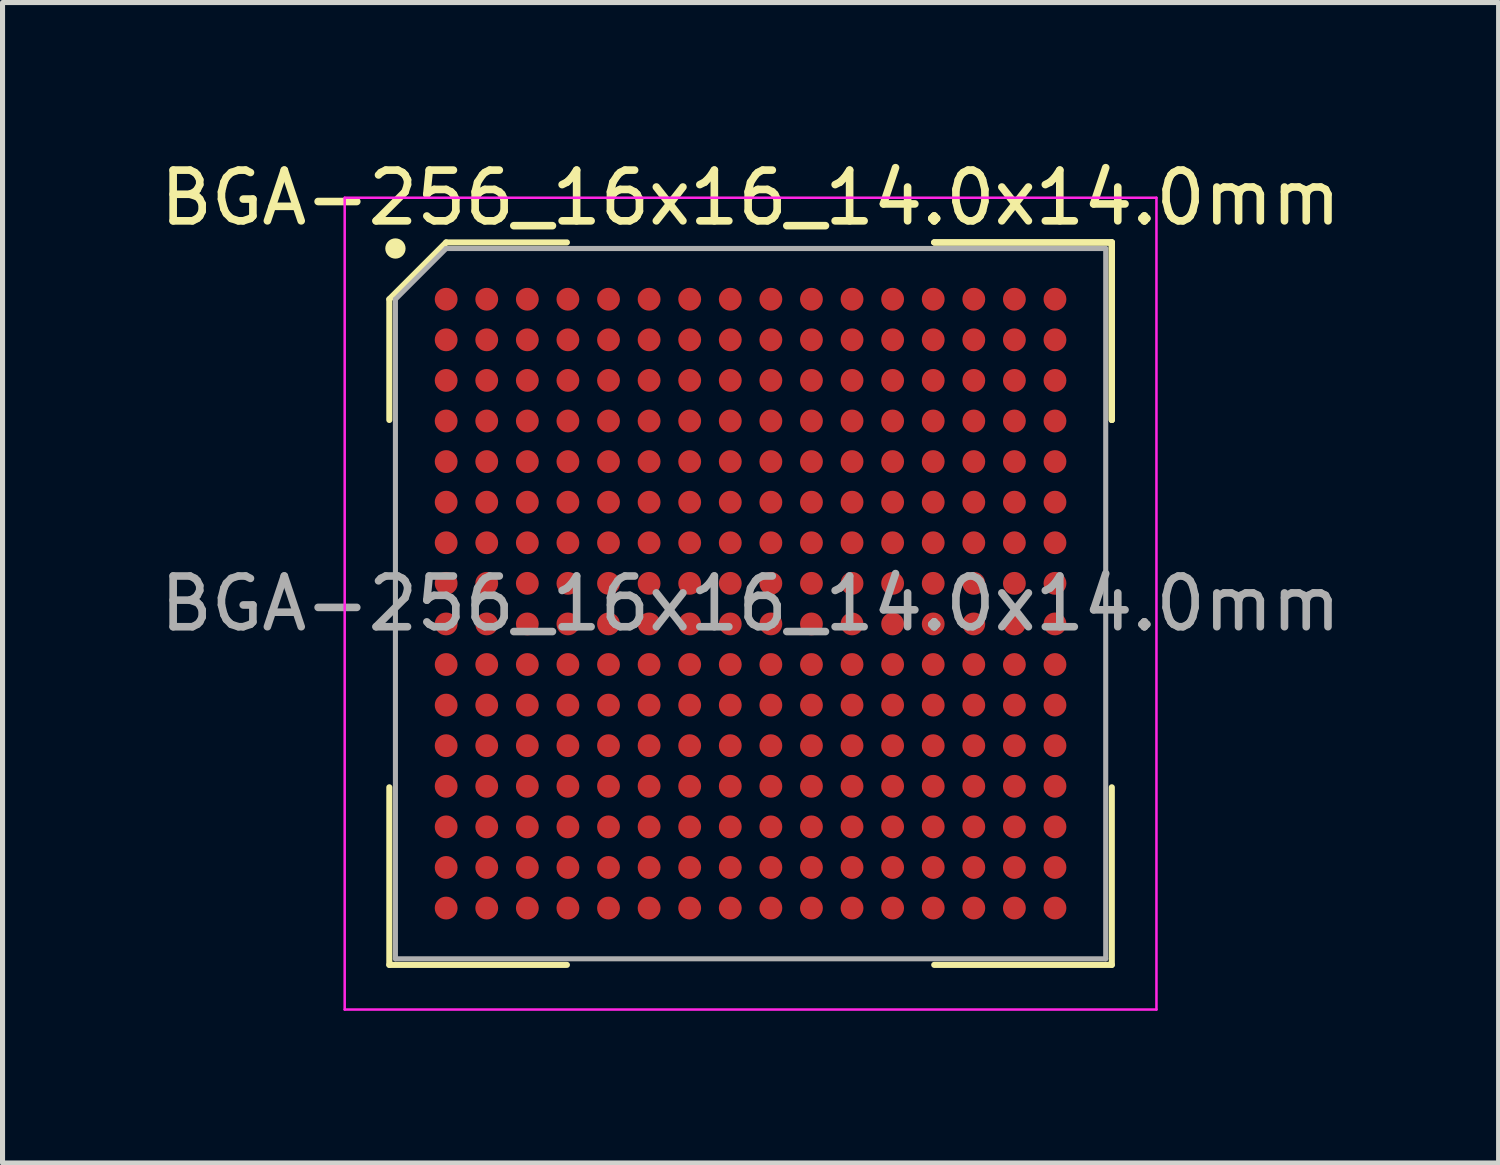
<source format=kicad_pcb>
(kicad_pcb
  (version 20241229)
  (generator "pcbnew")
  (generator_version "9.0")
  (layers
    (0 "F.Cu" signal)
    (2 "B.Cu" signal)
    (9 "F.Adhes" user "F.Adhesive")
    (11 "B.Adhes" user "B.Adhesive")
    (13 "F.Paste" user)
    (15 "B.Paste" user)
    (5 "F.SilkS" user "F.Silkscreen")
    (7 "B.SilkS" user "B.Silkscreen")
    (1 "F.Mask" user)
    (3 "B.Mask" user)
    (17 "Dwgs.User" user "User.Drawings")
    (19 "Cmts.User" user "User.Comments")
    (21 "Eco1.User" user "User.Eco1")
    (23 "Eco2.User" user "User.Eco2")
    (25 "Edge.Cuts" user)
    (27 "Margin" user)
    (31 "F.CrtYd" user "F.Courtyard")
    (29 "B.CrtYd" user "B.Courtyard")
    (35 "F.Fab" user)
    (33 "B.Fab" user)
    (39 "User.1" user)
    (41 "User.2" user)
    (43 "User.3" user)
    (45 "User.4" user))
  (footprint "BGA-256_16x16_14.0x14.0mm"
    (layer "F.Cu")
    (at 11.744 8.848)
    (property "Reference" "BGA-256_16x16_14.0x14.0mm" (at 0 -8 0) (layer "F.SilkS") (effects (font (size 1 1) (thickness 0.15))))
    (attr smd)
    (fp_line (start -7.12 -6) (end -7.12 -3.62) (stroke (width 0.12) (type solid)) (layer "F.SilkS"))
    (fp_line (start -7.12 7.12) (end -7.12 3.62) (stroke (width 0.12) (type solid)) (layer "F.SilkS"))
    (fp_line (start -6 -7.12) (end -7.12 -6) (stroke (width 0.12) (type solid)) (layer "F.SilkS"))
    (fp_line (start -3.62 -7.12) (end -6 -7.12) (stroke (width 0.12) (type solid)) (layer "F.SilkS"))
    (fp_line (start -3.62 7.12) (end -7.12 7.12) (stroke (width 0.12) (type solid)) (layer "F.SilkS"))
    (fp_line (start 3.62 -7.12) (end 7.12 -7.12) (stroke (width 0.12) (type solid)) (layer "F.SilkS"))
    (fp_line (start 3.62 -7.12) (end 7.12 -7.12) (stroke (width 0.12) (type solid)) (layer "F.SilkS"))
    (fp_line (start 3.62 -7.12) (end 7.12 -7.12) (stroke (width 0.12) (type solid)) (layer "F.SilkS"))
    (fp_line (start 3.62 7.12) (end 7.12 7.12) (stroke (width 0.12) (type solid)) (layer "F.SilkS"))
    (fp_line (start 7.12 -7.12) (end 7.12 -3.62) (stroke (width 0.12) (type solid)) (layer "F.SilkS"))
    (fp_line (start 7.12 -7.12) (end 7.12 -3.62) (stroke (width 0.12) (type solid)) (layer "F.SilkS"))
    (fp_line (start 7.12 -7.12) (end 7.12 -3.62) (stroke (width 0.12) (type solid)) (layer "F.SilkS"))
    (fp_line (start 7.12 7.12) (end 7.12 3.62) (stroke (width 0.12) (type solid)) (layer "F.SilkS"))
    (fp_circle (center -7 -7) (end -7 -6.9) (stroke (width 0.2) (type solid)) (fill no) (layer "F.SilkS"))
    (fp_line (start -8 -8) (end 8 -8) (stroke (width 0.05) (type solid)) (layer "F.CrtYd"))
    (fp_line (start -8 8) (end -8 -8) (stroke (width 0.05) (type solid)) (layer "F.CrtYd"))
    (fp_line (start 8 -8) (end 8 8) (stroke (width 0.05) (type solid)) (layer "F.CrtYd"))
    (fp_line (start 8 8) (end -8 8) (stroke (width 0.05) (type solid)) (layer "F.CrtYd"))
    (fp_line (start -7 -6) (end -7 7) (stroke (width 0.1) (type solid)) (layer "F.Fab"))
    (fp_line (start -7 7) (end 7 7) (stroke (width 0.1) (type solid)) (layer "F.Fab"))
    (fp_line (start -6 -7) (end -7 -6) (stroke (width 0.1) (type solid)) (layer "F.Fab"))
    (fp_line (start 7 -7) (end -6 -7) (stroke (width 0.1) (type solid)) (layer "F.Fab"))
    (fp_line (start 7 7) (end 7 -7) (stroke (width 0.1) (type solid)) (layer "F.Fab"))
    (fp_text user "${REFERENCE}" (at 0 0 0) (layer "F.Fab") (effects (font (size 1 1) (thickness 0.15))))
    (pad "A1" smd circle (at -6 -6) (size 0.45 0.45) (layers "F.Cu" "F.Mask" "F.Paste"))
    (pad "A2" smd circle (at -5.2 -6) (size 0.45 0.45) (layers "F.Cu" "F.Mask" "F.Paste"))
    (pad "A3" smd circle (at -4.4 -6) (size 0.45 0.45) (layers "F.Cu" "F.Mask" "F.Paste"))
    (pad "A4" smd circle (at -3.6 -6) (size 0.45 0.45) (layers "F.Cu" "F.Mask" "F.Paste"))
    (pad "A5" smd circle (at -2.8 -6) (size 0.45 0.45) (layers "F.Cu" "F.Mask" "F.Paste"))
    (pad "A6" smd circle (at -2 -6) (size 0.45 0.45) (layers "F.Cu" "F.Mask" "F.Paste"))
    (pad "A7" smd circle (at -1.2 -6) (size 0.45 0.45) (layers "F.Cu" "F.Mask" "F.Paste"))
    (pad "A8" smd circle (at -0.4 -6) (size 0.45 0.45) (layers "F.Cu" "F.Mask" "F.Paste"))
    (pad "A9" smd circle (at 0.4 -6) (size 0.45 0.45) (layers "F.Cu" "F.Mask" "F.Paste"))
    (pad "A10" smd circle (at 1.2 -6) (size 0.45 0.45) (layers "F.Cu" "F.Mask" "F.Paste"))
    (pad "A11" smd circle (at 2 -6) (size 0.45 0.45) (layers "F.Cu" "F.Mask" "F.Paste"))
    (pad "A12" smd circle (at 2.8 -6) (size 0.45 0.45) (layers "F.Cu" "F.Mask" "F.Paste"))
    (pad "A13" smd circle (at 3.6 -6) (size 0.45 0.45) (layers "F.Cu" "F.Mask" "F.Paste"))
    (pad "A14" smd circle (at 4.4 -6) (size 0.45 0.45) (layers "F.Cu" "F.Mask" "F.Paste"))
    (pad "A15" smd circle (at 5.2 -6) (size 0.45 0.45) (layers "F.Cu" "F.Mask" "F.Paste"))
    (pad "A16" smd circle (at 6 -6) (size 0.45 0.45) (layers "F.Cu" "F.Mask" "F.Paste"))
    (pad "B1" smd circle (at -6 -5.2) (size 0.45 0.45) (layers "F.Cu" "F.Mask" "F.Paste"))
    (pad "B2" smd circle (at -5.2 -5.2) (size 0.45 0.45) (layers "F.Cu" "F.Mask" "F.Paste"))
    (pad "B3" smd circle (at -4.4 -5.2) (size 0.45 0.45) (layers "F.Cu" "F.Mask" "F.Paste"))
    (pad "B4" smd circle (at -3.6 -5.2) (size 0.45 0.45) (layers "F.Cu" "F.Mask" "F.Paste"))
    (pad "B5" smd circle (at -2.8 -5.2) (size 0.45 0.45) (layers "F.Cu" "F.Mask" "F.Paste"))
    (pad "B6" smd circle (at -2 -5.2) (size 0.45 0.45) (layers "F.Cu" "F.Mask" "F.Paste"))
    (pad "B7" smd circle (at -1.2 -5.2) (size 0.45 0.45) (layers "F.Cu" "F.Mask" "F.Paste"))
    (pad "B8" smd circle (at -0.4 -5.2) (size 0.45 0.45) (layers "F.Cu" "F.Mask" "F.Paste"))
    (pad "B9" smd circle (at 0.4 -5.2) (size 0.45 0.45) (layers "F.Cu" "F.Mask" "F.Paste"))
    (pad "B10" smd circle (at 1.2 -5.2) (size 0.45 0.45) (layers "F.Cu" "F.Mask" "F.Paste"))
    (pad "B11" smd circle (at 2 -5.2) (size 0.45 0.45) (layers "F.Cu" "F.Mask" "F.Paste"))
    (pad "B12" smd circle (at 2.8 -5.2) (size 0.45 0.45) (layers "F.Cu" "F.Mask" "F.Paste"))
    (pad "B13" smd circle (at 3.6 -5.2) (size 0.45 0.45) (layers "F.Cu" "F.Mask" "F.Paste"))
    (pad "B14" smd circle (at 4.4 -5.2) (size 0.45 0.45) (layers "F.Cu" "F.Mask" "F.Paste"))
    (pad "B15" smd circle (at 5.2 -5.2) (size 0.45 0.45) (layers "F.Cu" "F.Mask" "F.Paste"))
    (pad "B16" smd circle (at 6 -5.2) (size 0.45 0.45) (layers "F.Cu" "F.Mask" "F.Paste"))
    (pad "C1" smd circle (at -6 -4.4) (size 0.45 0.45) (layers "F.Cu" "F.Mask" "F.Paste"))
    (pad "C2" smd circle (at -5.2 -4.4) (size 0.45 0.45) (layers "F.Cu" "F.Mask" "F.Paste"))
    (pad "C3" smd circle (at -4.4 -4.4) (size 0.45 0.45) (layers "F.Cu" "F.Mask" "F.Paste"))
    (pad "C4" smd circle (at -3.6 -4.4) (size 0.45 0.45) (layers "F.Cu" "F.Mask" "F.Paste"))
    (pad "C5" smd circle (at -2.8 -4.4) (size 0.45 0.45) (layers "F.Cu" "F.Mask" "F.Paste"))
    (pad "C6" smd circle (at -2 -4.4) (size 0.45 0.45) (layers "F.Cu" "F.Mask" "F.Paste"))
    (pad "C7" smd circle (at -1.2 -4.4) (size 0.45 0.45) (layers "F.Cu" "F.Mask" "F.Paste"))
    (pad "C8" smd circle (at -0.4 -4.4) (size 0.45 0.45) (layers "F.Cu" "F.Mask" "F.Paste"))
    (pad "C9" smd circle (at 0.4 -4.4) (size 0.45 0.45) (layers "F.Cu" "F.Mask" "F.Paste"))
    (pad "C10" smd circle (at 1.2 -4.4) (size 0.45 0.45) (layers "F.Cu" "F.Mask" "F.Paste"))
    (pad "C11" smd circle (at 2 -4.4) (size 0.45 0.45) (layers "F.Cu" "F.Mask" "F.Paste"))
    (pad "C12" smd circle (at 2.8 -4.4) (size 0.45 0.45) (layers "F.Cu" "F.Mask" "F.Paste"))
    (pad "C13" smd circle (at 3.6 -4.4) (size 0.45 0.45) (layers "F.Cu" "F.Mask" "F.Paste"))
    (pad "C14" smd circle (at 4.4 -4.4) (size 0.45 0.45) (layers "F.Cu" "F.Mask" "F.Paste"))
    (pad "C15" smd circle (at 5.2 -4.4) (size 0.45 0.45) (layers "F.Cu" "F.Mask" "F.Paste"))
    (pad "C16" smd circle (at 6 -4.4) (size 0.45 0.45) (layers "F.Cu" "F.Mask" "F.Paste"))
    (pad "D1" smd circle (at -6 -3.6) (size 0.45 0.45) (layers "F.Cu" "F.Mask" "F.Paste"))
    (pad "D2" smd circle (at -5.2 -3.6) (size 0.45 0.45) (layers "F.Cu" "F.Mask" "F.Paste"))
    (pad "D3" smd circle (at -4.4 -3.6) (size 0.45 0.45) (layers "F.Cu" "F.Mask" "F.Paste"))
    (pad "D4" smd circle (at -3.6 -3.6) (size 0.45 0.45) (layers "F.Cu" "F.Mask" "F.Paste"))
    (pad "D5" smd circle (at -2.8 -3.6) (size 0.45 0.45) (layers "F.Cu" "F.Mask" "F.Paste"))
    (pad "D6" smd circle (at -2 -3.6) (size 0.45 0.45) (layers "F.Cu" "F.Mask" "F.Paste"))
    (pad "D7" smd circle (at -1.2 -3.6) (size 0.45 0.45) (layers "F.Cu" "F.Mask" "F.Paste"))
    (pad "D8" smd circle (at -0.4 -3.6) (size 0.45 0.45) (layers "F.Cu" "F.Mask" "F.Paste"))
    (pad "D9" smd circle (at 0.4 -3.6) (size 0.45 0.45) (layers "F.Cu" "F.Mask" "F.Paste"))
    (pad "D10" smd circle (at 1.2 -3.6) (size 0.45 0.45) (layers "F.Cu" "F.Mask" "F.Paste"))
    (pad "D11" smd circle (at 2 -3.6) (size 0.45 0.45) (layers "F.Cu" "F.Mask" "F.Paste"))
    (pad "D12" smd circle (at 2.8 -3.6) (size 0.45 0.45) (layers "F.Cu" "F.Mask" "F.Paste"))
    (pad "D13" smd circle (at 3.6 -3.6) (size 0.45 0.45) (layers "F.Cu" "F.Mask" "F.Paste"))
    (pad "D14" smd circle (at 4.4 -3.6) (size 0.45 0.45) (layers "F.Cu" "F.Mask" "F.Paste"))
    (pad "D15" smd circle (at 5.2 -3.6) (size 0.45 0.45) (layers "F.Cu" "F.Mask" "F.Paste"))
    (pad "D16" smd circle (at 6 -3.6) (size 0.45 0.45) (layers "F.Cu" "F.Mask" "F.Paste"))
    (pad "E1" smd circle (at -6 -2.8) (size 0.45 0.45) (layers "F.Cu" "F.Mask" "F.Paste"))
    (pad "E2" smd circle (at -5.2 -2.8) (size 0.45 0.45) (layers "F.Cu" "F.Mask" "F.Paste"))
    (pad "E3" smd circle (at -4.4 -2.8) (size 0.45 0.45) (layers "F.Cu" "F.Mask" "F.Paste"))
    (pad "E4" smd circle (at -3.6 -2.8) (size 0.45 0.45) (layers "F.Cu" "F.Mask" "F.Paste"))
    (pad "E5" smd circle (at -2.8 -2.8) (size 0.45 0.45) (layers "F.Cu" "F.Mask" "F.Paste"))
    (pad "E6" smd circle (at -2 -2.8) (size 0.45 0.45) (layers "F.Cu" "F.Mask" "F.Paste"))
    (pad "E7" smd circle (at -1.2 -2.8) (size 0.45 0.45) (layers "F.Cu" "F.Mask" "F.Paste"))
    (pad "E8" smd circle (at -0.4 -2.8) (size 0.45 0.45) (layers "F.Cu" "F.Mask" "F.Paste"))
    (pad "E9" smd circle (at 0.4 -2.8) (size 0.45 0.45) (layers "F.Cu" "F.Mask" "F.Paste"))
    (pad "E10" smd circle (at 1.2 -2.8) (size 0.45 0.45) (layers "F.Cu" "F.Mask" "F.Paste"))
    (pad "E11" smd circle (at 2 -2.8) (size 0.45 0.45) (layers "F.Cu" "F.Mask" "F.Paste"))
    (pad "E12" smd circle (at 2.8 -2.8) (size 0.45 0.45) (layers "F.Cu" "F.Mask" "F.Paste"))
    (pad "E13" smd circle (at 3.6 -2.8) (size 0.45 0.45) (layers "F.Cu" "F.Mask" "F.Paste"))
    (pad "E14" smd circle (at 4.4 -2.8) (size 0.45 0.45) (layers "F.Cu" "F.Mask" "F.Paste"))
    (pad "E15" smd circle (at 5.2 -2.8) (size 0.45 0.45) (layers "F.Cu" "F.Mask" "F.Paste"))
    (pad "E16" smd circle (at 6 -2.8) (size 0.45 0.45) (layers "F.Cu" "F.Mask" "F.Paste"))
    (pad "F1" smd circle (at -6 -2) (size 0.45 0.45) (layers "F.Cu" "F.Mask" "F.Paste"))
    (pad "F2" smd circle (at -5.2 -2) (size 0.45 0.45) (layers "F.Cu" "F.Mask" "F.Paste"))
    (pad "F3" smd circle (at -4.4 -2) (size 0.45 0.45) (layers "F.Cu" "F.Mask" "F.Paste"))
    (pad "F4" smd circle (at -3.6 -2) (size 0.45 0.45) (layers "F.Cu" "F.Mask" "F.Paste"))
    (pad "F5" smd circle (at -2.8 -2) (size 0.45 0.45) (layers "F.Cu" "F.Mask" "F.Paste"))
    (pad "F6" smd circle (at -2 -2) (size 0.45 0.45) (layers "F.Cu" "F.Mask" "F.Paste"))
    (pad "F7" smd circle (at -1.2 -2) (size 0.45 0.45) (layers "F.Cu" "F.Mask" "F.Paste"))
    (pad "F8" smd circle (at -0.4 -2) (size 0.45 0.45) (layers "F.Cu" "F.Mask" "F.Paste"))
    (pad "F9" smd circle (at 0.4 -2) (size 0.45 0.45) (layers "F.Cu" "F.Mask" "F.Paste"))
    (pad "F10" smd circle (at 1.2 -2) (size 0.45 0.45) (layers "F.Cu" "F.Mask" "F.Paste"))
    (pad "F11" smd circle (at 2 -2) (size 0.45 0.45) (layers "F.Cu" "F.Mask" "F.Paste"))
    (pad "F12" smd circle (at 2.8 -2) (size 0.45 0.45) (layers "F.Cu" "F.Mask" "F.Paste"))
    (pad "F13" smd circle (at 3.6 -2) (size 0.45 0.45) (layers "F.Cu" "F.Mask" "F.Paste"))
    (pad "F14" smd circle (at 4.4 -2) (size 0.45 0.45) (layers "F.Cu" "F.Mask" "F.Paste"))
    (pad "F15" smd circle (at 5.2 -2) (size 0.45 0.45) (layers "F.Cu" "F.Mask" "F.Paste"))
    (pad "F16" smd circle (at 6 -2) (size 0.45 0.45) (layers "F.Cu" "F.Mask" "F.Paste"))
    (pad "G1" smd circle (at -6 -1.2) (size 0.45 0.45) (layers "F.Cu" "F.Mask" "F.Paste"))
    (pad "G2" smd circle (at -5.2 -1.2) (size 0.45 0.45) (layers "F.Cu" "F.Mask" "F.Paste"))
    (pad "G3" smd circle (at -4.4 -1.2) (size 0.45 0.45) (layers "F.Cu" "F.Mask" "F.Paste"))
    (pad "G4" smd circle (at -3.6 -1.2) (size 0.45 0.45) (layers "F.Cu" "F.Mask" "F.Paste"))
    (pad "G5" smd circle (at -2.8 -1.2) (size 0.45 0.45) (layers "F.Cu" "F.Mask" "F.Paste"))
    (pad "G6" smd circle (at -2 -1.2) (size 0.45 0.45) (layers "F.Cu" "F.Mask" "F.Paste"))
    (pad "G7" smd circle (at -1.2 -1.2) (size 0.45 0.45) (layers "F.Cu" "F.Mask" "F.Paste"))
    (pad "G8" smd circle (at -0.4 -1.2) (size 0.45 0.45) (layers "F.Cu" "F.Mask" "F.Paste"))
    (pad "G9" smd circle (at 0.4 -1.2) (size 0.45 0.45) (layers "F.Cu" "F.Mask" "F.Paste"))
    (pad "G10" smd circle (at 1.2 -1.2) (size 0.45 0.45) (layers "F.Cu" "F.Mask" "F.Paste"))
    (pad "G11" smd circle (at 2 -1.2) (size 0.45 0.45) (layers "F.Cu" "F.Mask" "F.Paste"))
    (pad "G12" smd circle (at 2.8 -1.2) (size 0.45 0.45) (layers "F.Cu" "F.Mask" "F.Paste"))
    (pad "G13" smd circle (at 3.6 -1.2) (size 0.45 0.45) (layers "F.Cu" "F.Mask" "F.Paste"))
    (pad "G14" smd circle (at 4.4 -1.2) (size 0.45 0.45) (layers "F.Cu" "F.Mask" "F.Paste"))
    (pad "G15" smd circle (at 5.2 -1.2) (size 0.45 0.45) (layers "F.Cu" "F.Mask" "F.Paste"))
    (pad "G16" smd circle (at 6 -1.2) (size 0.45 0.45) (layers "F.Cu" "F.Mask" "F.Paste"))
    (pad "H1" smd circle (at -6 -0.4) (size 0.45 0.45) (layers "F.Cu" "F.Mask" "F.Paste"))
    (pad "H2" smd circle (at -5.2 -0.4) (size 0.45 0.45) (layers "F.Cu" "F.Mask" "F.Paste"))
    (pad "H3" smd circle (at -4.4 -0.4) (size 0.45 0.45) (layers "F.Cu" "F.Mask" "F.Paste"))
    (pad "H4" smd circle (at -3.6 -0.4) (size 0.45 0.45) (layers "F.Cu" "F.Mask" "F.Paste"))
    (pad "H5" smd circle (at -2.8 -0.4) (size 0.45 0.45) (layers "F.Cu" "F.Mask" "F.Paste"))
    (pad "H6" smd circle (at -2 -0.4) (size 0.45 0.45) (layers "F.Cu" "F.Mask" "F.Paste"))
    (pad "H7" smd circle (at -1.2 -0.4) (size 0.45 0.45) (layers "F.Cu" "F.Mask" "F.Paste"))
    (pad "H8" smd circle (at -0.4 -0.4) (size 0.45 0.45) (layers "F.Cu" "F.Mask" "F.Paste"))
    (pad "H9" smd circle (at 0.4 -0.4) (size 0.45 0.45) (layers "F.Cu" "F.Mask" "F.Paste"))
    (pad "H10" smd circle (at 1.2 -0.4) (size 0.45 0.45) (layers "F.Cu" "F.Mask" "F.Paste"))
    (pad "H11" smd circle (at 2 -0.4) (size 0.45 0.45) (layers "F.Cu" "F.Mask" "F.Paste"))
    (pad "H12" smd circle (at 2.8 -0.4) (size 0.45 0.45) (layers "F.Cu" "F.Mask" "F.Paste"))
    (pad "H13" smd circle (at 3.6 -0.4) (size 0.45 0.45) (layers "F.Cu" "F.Mask" "F.Paste"))
    (pad "H14" smd circle (at 4.4 -0.4) (size 0.45 0.45) (layers "F.Cu" "F.Mask" "F.Paste"))
    (pad "H15" smd circle (at 5.2 -0.4) (size 0.45 0.45) (layers "F.Cu" "F.Mask" "F.Paste"))
    (pad "H16" smd circle (at 6 -0.4) (size 0.45 0.45) (layers "F.Cu" "F.Mask" "F.Paste"))
    (pad "J1" smd circle (at -6 0.4) (size 0.45 0.45) (layers "F.Cu" "F.Mask" "F.Paste"))
    (pad "J2" smd circle (at -5.2 0.4) (size 0.45 0.45) (layers "F.Cu" "F.Mask" "F.Paste"))
    (pad "J3" smd circle (at -4.4 0.4) (size 0.45 0.45) (layers "F.Cu" "F.Mask" "F.Paste"))
    (pad "J4" smd circle (at -3.6 0.4) (size 0.45 0.45) (layers "F.Cu" "F.Mask" "F.Paste"))
    (pad "J5" smd circle (at -2.8 0.4) (size 0.45 0.45) (layers "F.Cu" "F.Mask" "F.Paste"))
    (pad "J6" smd circle (at -2 0.4) (size 0.45 0.45) (layers "F.Cu" "F.Mask" "F.Paste"))
    (pad "J7" smd circle (at -1.2 0.4) (size 0.45 0.45) (layers "F.Cu" "F.Mask" "F.Paste"))
    (pad "J8" smd circle (at -0.4 0.4) (size 0.45 0.45) (layers "F.Cu" "F.Mask" "F.Paste"))
    (pad "J9" smd circle (at 0.4 0.4) (size 0.45 0.45) (layers "F.Cu" "F.Mask" "F.Paste"))
    (pad "J10" smd circle (at 1.2 0.4) (size 0.45 0.45) (layers "F.Cu" "F.Mask" "F.Paste"))
    (pad "J11" smd circle (at 2 0.4) (size 0.45 0.45) (layers "F.Cu" "F.Mask" "F.Paste"))
    (pad "J12" smd circle (at 2.8 0.4) (size 0.45 0.45) (layers "F.Cu" "F.Mask" "F.Paste"))
    (pad "J13" smd circle (at 3.6 0.4) (size 0.45 0.45) (layers "F.Cu" "F.Mask" "F.Paste"))
    (pad "J14" smd circle (at 4.4 0.4) (size 0.45 0.45) (layers "F.Cu" "F.Mask" "F.Paste"))
    (pad "J15" smd circle (at 5.2 0.4) (size 0.45 0.45) (layers "F.Cu" "F.Mask" "F.Paste"))
    (pad "J16" smd circle (at 6 0.4) (size 0.45 0.45) (layers "F.Cu" "F.Mask" "F.Paste"))
    (pad "K1" smd circle (at -6 1.2) (size 0.45 0.45) (layers "F.Cu" "F.Mask" "F.Paste"))
    (pad "K2" smd circle (at -5.2 1.2) (size 0.45 0.45) (layers "F.Cu" "F.Mask" "F.Paste"))
    (pad "K3" smd circle (at -4.4 1.2) (size 0.45 0.45) (layers "F.Cu" "F.Mask" "F.Paste"))
    (pad "K4" smd circle (at -3.6 1.2) (size 0.45 0.45) (layers "F.Cu" "F.Mask" "F.Paste"))
    (pad "K5" smd circle (at -2.8 1.2) (size 0.45 0.45) (layers "F.Cu" "F.Mask" "F.Paste"))
    (pad "K6" smd circle (at -2 1.2) (size 0.45 0.45) (layers "F.Cu" "F.Mask" "F.Paste"))
    (pad "K7" smd circle (at -1.2 1.2) (size 0.45 0.45) (layers "F.Cu" "F.Mask" "F.Paste"))
    (pad "K8" smd circle (at -0.4 1.2) (size 0.45 0.45) (layers "F.Cu" "F.Mask" "F.Paste"))
    (pad "K9" smd circle (at 0.4 1.2) (size 0.45 0.45) (layers "F.Cu" "F.Mask" "F.Paste"))
    (pad "K10" smd circle (at 1.2 1.2) (size 0.45 0.45) (layers "F.Cu" "F.Mask" "F.Paste"))
    (pad "K11" smd circle (at 2 1.2) (size 0.45 0.45) (layers "F.Cu" "F.Mask" "F.Paste"))
    (pad "K12" smd circle (at 2.8 1.2) (size 0.45 0.45) (layers "F.Cu" "F.Mask" "F.Paste"))
    (pad "K13" smd circle (at 3.6 1.2) (size 0.45 0.45) (layers "F.Cu" "F.Mask" "F.Paste"))
    (pad "K14" smd circle (at 4.4 1.2) (size 0.45 0.45) (layers "F.Cu" "F.Mask" "F.Paste"))
    (pad "K15" smd circle (at 5.2 1.2) (size 0.45 0.45) (layers "F.Cu" "F.Mask" "F.Paste"))
    (pad "K16" smd circle (at 6 1.2) (size 0.45 0.45) (layers "F.Cu" "F.Mask" "F.Paste"))
    (pad "L1" smd circle (at -6 2) (size 0.45 0.45) (layers "F.Cu" "F.Mask" "F.Paste"))
    (pad "L2" smd circle (at -5.2 2) (size 0.45 0.45) (layers "F.Cu" "F.Mask" "F.Paste"))
    (pad "L3" smd circle (at -4.4 2) (size 0.45 0.45) (layers "F.Cu" "F.Mask" "F.Paste"))
    (pad "L4" smd circle (at -3.6 2) (size 0.45 0.45) (layers "F.Cu" "F.Mask" "F.Paste"))
    (pad "L5" smd circle (at -2.8 2) (size 0.45 0.45) (layers "F.Cu" "F.Mask" "F.Paste"))
    (pad "L6" smd circle (at -2 2) (size 0.45 0.45) (layers "F.Cu" "F.Mask" "F.Paste"))
    (pad "L7" smd circle (at -1.2 2) (size 0.45 0.45) (layers "F.Cu" "F.Mask" "F.Paste"))
    (pad "L8" smd circle (at -0.4 2) (size 0.45 0.45) (layers "F.Cu" "F.Mask" "F.Paste"))
    (pad "L9" smd circle (at 0.4 2) (size 0.45 0.45) (layers "F.Cu" "F.Mask" "F.Paste"))
    (pad "L10" smd circle (at 1.2 2) (size 0.45 0.45) (layers "F.Cu" "F.Mask" "F.Paste"))
    (pad "L11" smd circle (at 2 2) (size 0.45 0.45) (layers "F.Cu" "F.Mask" "F.Paste"))
    (pad "L12" smd circle (at 2.8 2) (size 0.45 0.45) (layers "F.Cu" "F.Mask" "F.Paste"))
    (pad "L13" smd circle (at 3.6 2) (size 0.45 0.45) (layers "F.Cu" "F.Mask" "F.Paste"))
    (pad "L14" smd circle (at 4.4 2) (size 0.45 0.45) (layers "F.Cu" "F.Mask" "F.Paste"))
    (pad "L15" smd circle (at 5.2 2) (size 0.45 0.45) (layers "F.Cu" "F.Mask" "F.Paste"))
    (pad "L16" smd circle (at 6 2) (size 0.45 0.45) (layers "F.Cu" "F.Mask" "F.Paste"))
    (pad "M1" smd circle (at -6 2.8) (size 0.45 0.45) (layers "F.Cu" "F.Mask" "F.Paste"))
    (pad "M2" smd circle (at -5.2 2.8) (size 0.45 0.45) (layers "F.Cu" "F.Mask" "F.Paste"))
    (pad "M3" smd circle (at -4.4 2.8) (size 0.45 0.45) (layers "F.Cu" "F.Mask" "F.Paste"))
    (pad "M4" smd circle (at -3.6 2.8) (size 0.45 0.45) (layers "F.Cu" "F.Mask" "F.Paste"))
    (pad "M5" smd circle (at -2.8 2.8) (size 0.45 0.45) (layers "F.Cu" "F.Mask" "F.Paste"))
    (pad "M6" smd circle (at -2 2.8) (size 0.45 0.45) (layers "F.Cu" "F.Mask" "F.Paste"))
    (pad "M7" smd circle (at -1.2 2.8) (size 0.45 0.45) (layers "F.Cu" "F.Mask" "F.Paste"))
    (pad "M8" smd circle (at -0.4 2.8) (size 0.45 0.45) (layers "F.Cu" "F.Mask" "F.Paste"))
    (pad "M9" smd circle (at 0.4 2.8) (size 0.45 0.45) (layers "F.Cu" "F.Mask" "F.Paste"))
    (pad "M10" smd circle (at 1.2 2.8) (size 0.45 0.45) (layers "F.Cu" "F.Mask" "F.Paste"))
    (pad "M11" smd circle (at 2 2.8) (size 0.45 0.45) (layers "F.Cu" "F.Mask" "F.Paste"))
    (pad "M12" smd circle (at 2.8 2.8) (size 0.45 0.45) (layers "F.Cu" "F.Mask" "F.Paste"))
    (pad "M13" smd circle (at 3.6 2.8) (size 0.45 0.45) (layers "F.Cu" "F.Mask" "F.Paste"))
    (pad "M14" smd circle (at 4.4 2.8) (size 0.45 0.45) (layers "F.Cu" "F.Mask" "F.Paste"))
    (pad "M15" smd circle (at 5.2 2.8) (size 0.45 0.45) (layers "F.Cu" "F.Mask" "F.Paste"))
    (pad "M16" smd circle (at 6 2.8) (size 0.45 0.45) (layers "F.Cu" "F.Mask" "F.Paste"))
    (pad "N1" smd circle (at -6 3.6) (size 0.45 0.45) (layers "F.Cu" "F.Mask" "F.Paste"))
    (pad "N2" smd circle (at -5.2 3.6) (size 0.45 0.45) (layers "F.Cu" "F.Mask" "F.Paste"))
    (pad "N3" smd circle (at -4.4 3.6) (size 0.45 0.45) (layers "F.Cu" "F.Mask" "F.Paste"))
    (pad "N4" smd circle (at -3.6 3.6) (size 0.45 0.45) (layers "F.Cu" "F.Mask" "F.Paste"))
    (pad "N5" smd circle (at -2.8 3.6) (size 0.45 0.45) (layers "F.Cu" "F.Mask" "F.Paste"))
    (pad "N6" smd circle (at -2 3.6) (size 0.45 0.45) (layers "F.Cu" "F.Mask" "F.Paste"))
    (pad "N7" smd circle (at -1.2 3.6) (size 0.45 0.45) (layers "F.Cu" "F.Mask" "F.Paste"))
    (pad "N8" smd circle (at -0.4 3.6) (size 0.45 0.45) (layers "F.Cu" "F.Mask" "F.Paste"))
    (pad "N9" smd circle (at 0.4 3.6) (size 0.45 0.45) (layers "F.Cu" "F.Mask" "F.Paste"))
    (pad "N10" smd circle (at 1.2 3.6) (size 0.45 0.45) (layers "F.Cu" "F.Mask" "F.Paste"))
    (pad "N11" smd circle (at 2 3.6) (size 0.45 0.45) (layers "F.Cu" "F.Mask" "F.Paste"))
    (pad "N12" smd circle (at 2.8 3.6) (size 0.45 0.45) (layers "F.Cu" "F.Mask" "F.Paste"))
    (pad "N13" smd circle (at 3.6 3.6) (size 0.45 0.45) (layers "F.Cu" "F.Mask" "F.Paste"))
    (pad "N14" smd circle (at 4.4 3.6) (size 0.45 0.45) (layers "F.Cu" "F.Mask" "F.Paste"))
    (pad "N15" smd circle (at 5.2 3.6) (size 0.45 0.45) (layers "F.Cu" "F.Mask" "F.Paste"))
    (pad "N16" smd circle (at 6 3.6) (size 0.45 0.45) (layers "F.Cu" "F.Mask" "F.Paste"))
    (pad "P1" smd circle (at -6 4.4) (size 0.45 0.45) (layers "F.Cu" "F.Mask" "F.Paste"))
    (pad "P2" smd circle (at -5.2 4.4) (size 0.45 0.45) (layers "F.Cu" "F.Mask" "F.Paste"))
    (pad "P3" smd circle (at -4.4 4.4) (size 0.45 0.45) (layers "F.Cu" "F.Mask" "F.Paste"))
    (pad "P4" smd circle (at -3.6 4.4) (size 0.45 0.45) (layers "F.Cu" "F.Mask" "F.Paste"))
    (pad "P5" smd circle (at -2.8 4.4) (size 0.45 0.45) (layers "F.Cu" "F.Mask" "F.Paste"))
    (pad "P6" smd circle (at -2 4.4) (size 0.45 0.45) (layers "F.Cu" "F.Mask" "F.Paste"))
    (pad "P7" smd circle (at -1.2 4.4) (size 0.45 0.45) (layers "F.Cu" "F.Mask" "F.Paste"))
    (pad "P8" smd circle (at -0.4 4.4) (size 0.45 0.45) (layers "F.Cu" "F.Mask" "F.Paste"))
    (pad "P9" smd circle (at 0.4 4.4) (size 0.45 0.45) (layers "F.Cu" "F.Mask" "F.Paste"))
    (pad "P10" smd circle (at 1.2 4.4) (size 0.45 0.45) (layers "F.Cu" "F.Mask" "F.Paste"))
    (pad "P11" smd circle (at 2 4.4) (size 0.45 0.45) (layers "F.Cu" "F.Mask" "F.Paste"))
    (pad "P12" smd circle (at 2.8 4.4) (size 0.45 0.45) (layers "F.Cu" "F.Mask" "F.Paste"))
    (pad "P13" smd circle (at 3.6 4.4) (size 0.45 0.45) (layers "F.Cu" "F.Mask" "F.Paste"))
    (pad "P14" smd circle (at 4.4 4.4) (size 0.45 0.45) (layers "F.Cu" "F.Mask" "F.Paste"))
    (pad "P15" smd circle (at 5.2 4.4) (size 0.45 0.45) (layers "F.Cu" "F.Mask" "F.Paste"))
    (pad "P16" smd circle (at 6 4.4) (size 0.45 0.45) (layers "F.Cu" "F.Mask" "F.Paste"))
    (pad "R1" smd circle (at -6 5.2) (size 0.45 0.45) (layers "F.Cu" "F.Mask" "F.Paste"))
    (pad "R2" smd circle (at -5.2 5.2) (size 0.45 0.45) (layers "F.Cu" "F.Mask" "F.Paste"))
    (pad "R3" smd circle (at -4.4 5.2) (size 0.45 0.45) (layers "F.Cu" "F.Mask" "F.Paste"))
    (pad "R4" smd circle (at -3.6 5.2) (size 0.45 0.45) (layers "F.Cu" "F.Mask" "F.Paste"))
    (pad "R5" smd circle (at -2.8 5.2) (size 0.45 0.45) (layers "F.Cu" "F.Mask" "F.Paste"))
    (pad "R6" smd circle (at -2 5.2) (size 0.45 0.45) (layers "F.Cu" "F.Mask" "F.Paste"))
    (pad "R7" smd circle (at -1.2 5.2) (size 0.45 0.45) (layers "F.Cu" "F.Mask" "F.Paste"))
    (pad "R8" smd circle (at -0.4 5.2) (size 0.45 0.45) (layers "F.Cu" "F.Mask" "F.Paste"))
    (pad "R9" smd circle (at 0.4 5.2) (size 0.45 0.45) (layers "F.Cu" "F.Mask" "F.Paste"))
    (pad "R10" smd circle (at 1.2 5.2) (size 0.45 0.45) (layers "F.Cu" "F.Mask" "F.Paste"))
    (pad "R11" smd circle (at 2 5.2) (size 0.45 0.45) (layers "F.Cu" "F.Mask" "F.Paste"))
    (pad "R12" smd circle (at 2.8 5.2) (size 0.45 0.45) (layers "F.Cu" "F.Mask" "F.Paste"))
    (pad "R13" smd circle (at 3.6 5.2) (size 0.45 0.45) (layers "F.Cu" "F.Mask" "F.Paste"))
    (pad "R14" smd circle (at 4.4 5.2) (size 0.45 0.45) (layers "F.Cu" "F.Mask" "F.Paste"))
    (pad "R15" smd circle (at 5.2 5.2) (size 0.45 0.45) (layers "F.Cu" "F.Mask" "F.Paste"))
    (pad "R16" smd circle (at 6 5.2) (size 0.45 0.45) (layers "F.Cu" "F.Mask" "F.Paste"))
    (pad "T1" smd circle (at -6 6) (size 0.45 0.45) (layers "F.Cu" "F.Mask" "F.Paste"))
    (pad "T2" smd circle (at -5.2 6) (size 0.45 0.45) (layers "F.Cu" "F.Mask" "F.Paste"))
    (pad "T3" smd circle (at -4.4 6) (size 0.45 0.45) (layers "F.Cu" "F.Mask" "F.Paste"))
    (pad "T4" smd circle (at -3.6 6) (size 0.45 0.45) (layers "F.Cu" "F.Mask" "F.Paste"))
    (pad "T5" smd circle (at -2.8 6) (size 0.45 0.45) (layers "F.Cu" "F.Mask" "F.Paste"))
    (pad "T6" smd circle (at -2 6) (size 0.45 0.45) (layers "F.Cu" "F.Mask" "F.Paste"))
    (pad "T7" smd circle (at -1.2 6) (size 0.45 0.45) (layers "F.Cu" "F.Mask" "F.Paste"))
    (pad "T8" smd circle (at -0.4 6) (size 0.45 0.45) (layers "F.Cu" "F.Mask" "F.Paste"))
    (pad "T9" smd circle (at 0.4 6) (size 0.45 0.45) (layers "F.Cu" "F.Mask" "F.Paste"))
    (pad "T10" smd circle (at 1.2 6) (size 0.45 0.45) (layers "F.Cu" "F.Mask" "F.Paste"))
    (pad "T11" smd circle (at 2 6) (size 0.45 0.45) (layers "F.Cu" "F.Mask" "F.Paste"))
    (pad "T12" smd circle (at 2.8 6) (size 0.45 0.45) (layers "F.Cu" "F.Mask" "F.Paste"))
    (pad "T13" smd circle (at 3.6 6) (size 0.45 0.45) (layers "F.Cu" "F.Mask" "F.Paste"))
    (pad "T14" smd circle (at 4.4 6) (size 0.45 0.45) (layers "F.Cu" "F.Mask" "F.Paste"))
    (pad "T15" smd circle (at 5.2 6) (size 0.45 0.45) (layers "F.Cu" "F.Mask" "F.Paste"))
    (pad "T16" smd circle (at 6 6) (size 0.45 0.45) (layers "F.Cu" "F.Mask" "F.Paste")))
  (gr_rect
    (start -3 -3)
    (end 26.488 19.873)
    (stroke (width 0.1) (type default))
    (fill no)
    (layer "Edge.Cuts")))
</source>
